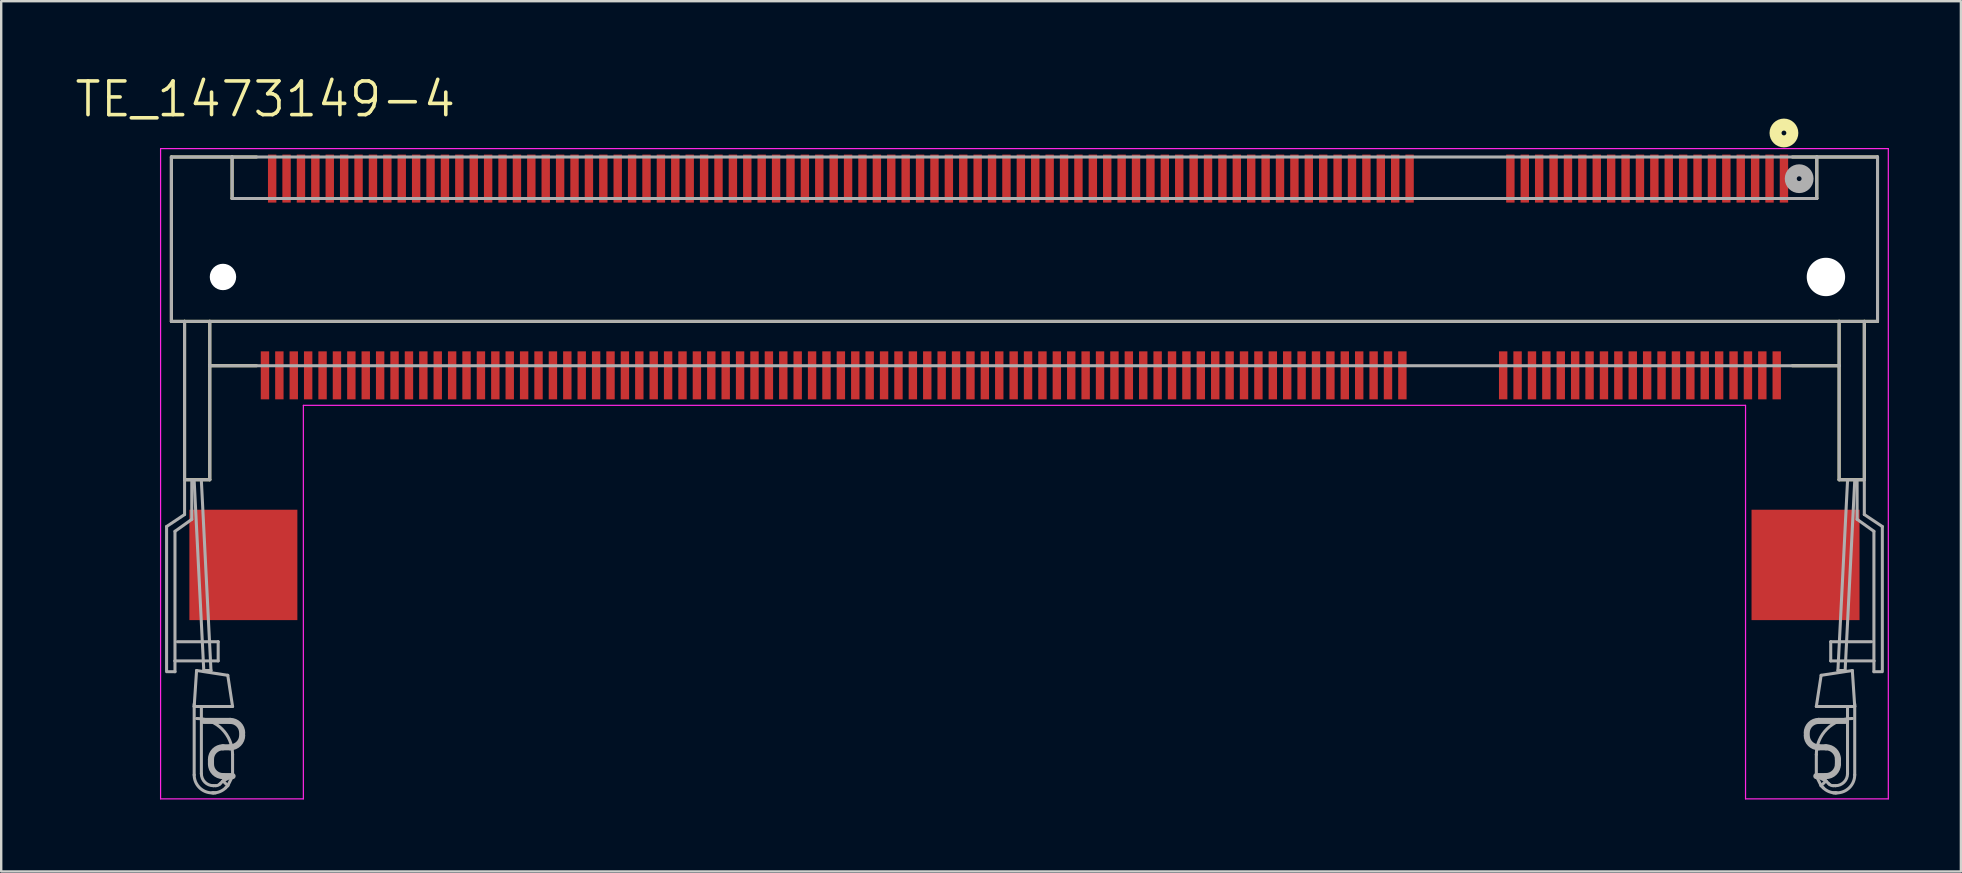
<source format=kicad_pcb>
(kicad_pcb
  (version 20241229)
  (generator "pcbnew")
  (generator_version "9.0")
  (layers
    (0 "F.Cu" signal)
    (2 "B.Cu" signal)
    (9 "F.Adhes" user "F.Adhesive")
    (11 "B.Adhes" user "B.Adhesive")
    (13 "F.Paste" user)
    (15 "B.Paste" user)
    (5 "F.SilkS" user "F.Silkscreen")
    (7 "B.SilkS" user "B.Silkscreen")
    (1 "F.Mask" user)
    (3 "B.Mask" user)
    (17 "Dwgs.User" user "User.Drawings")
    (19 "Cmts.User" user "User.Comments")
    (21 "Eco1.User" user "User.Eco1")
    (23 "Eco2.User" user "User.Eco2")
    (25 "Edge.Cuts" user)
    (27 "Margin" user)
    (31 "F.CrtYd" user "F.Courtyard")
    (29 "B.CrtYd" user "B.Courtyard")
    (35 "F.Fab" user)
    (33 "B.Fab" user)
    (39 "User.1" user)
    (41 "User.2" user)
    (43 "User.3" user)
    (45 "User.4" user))
  (footprint "TE_1473149-4"
    (layer "F.Cu")
    (at 39.642 8.492)
    (property "Reference" "TE_1473149-4" (at -31.637 -7.408 0) (layer "F.SilkS") (effects (font (size 1.404 1.404) (thickness 0.15))))
    (attr smd)
    (fp_line (start -35.55 -5) (end -35.55 1.85) (stroke (width 0.127) (type solid)) (layer "F.SilkS"))
    (fp_line (start -35.55 -5) (end -33.02 -5) (stroke (width 0.127) (type solid)) (layer "F.SilkS"))
    (fp_line (start -35.55 1.85) (end -35 1.85) (stroke (width 0.127) (type solid)) (layer "F.SilkS"))
    (fp_line (start -35 1.85) (end -35 8.45) (stroke (width 0.127) (type solid)) (layer "F.SilkS"))
    (fp_line (start -35 1.85) (end -33.95 1.85) (stroke (width 0.127) (type solid)) (layer "F.SilkS"))
    (fp_line (start -33.95 1.85) (end -33.95 3.7) (stroke (width 0.127) (type solid)) (layer "F.SilkS"))
    (fp_line (start -33.95 1.85) (end 33.95 1.85) (stroke (width 0.127) (type solid)) (layer "F.SilkS"))
    (fp_line (start -33.95 3.7) (end -33.95 8.45) (stroke (width 0.127) (type solid)) (layer "F.SilkS"))
    (fp_line (start -33.95 3.7) (end -32 3.7) (stroke (width 0.127) (type solid)) (layer "F.SilkS"))
    (fp_line (start -33.95 8.45) (end -35 8.45) (stroke (width 0.127) (type solid)) (layer "F.SilkS"))
    (fp_line (start -33.02 -5) (end -33.02 -3.27) (stroke (width 0.127) (type solid)) (layer "F.SilkS"))
    (fp_line (start -33.02 -3.27) (end -32 -3.27) (stroke (width 0.127) (type solid)) (layer "F.SilkS"))
    (fp_line (start -33 -5) (end -32 -5) (stroke (width 0.127) (type solid)) (layer "F.SilkS"))
    (fp_line (start 32 -5) (end 33 -5) (stroke (width 0.127) (type solid)) (layer "F.SilkS"))
    (fp_line (start 32 3.7) (end 33.95 3.7) (stroke (width 0.127) (type solid)) (layer "F.SilkS"))
    (fp_line (start 33.02 -5) (end 33.02 -3.27) (stroke (width 0.127) (type solid)) (layer "F.SilkS"))
    (fp_line (start 33.02 -3.27) (end 32 -3.27) (stroke (width 0.127) (type solid)) (layer "F.SilkS"))
    (fp_line (start 33.95 1.85) (end 33.95 8.45) (stroke (width 0.127) (type solid)) (layer "F.SilkS"))
    (fp_line (start 33.95 1.85) (end 35 1.85) (stroke (width 0.127) (type solid)) (layer "F.SilkS"))
    (fp_line (start 33.95 8.45) (end 35 8.45) (stroke (width 0.127) (type solid)) (layer "F.SilkS"))
    (fp_line (start 35 1.85) (end 35.55 1.85) (stroke (width 0.127) (type solid)) (layer "F.SilkS"))
    (fp_line (start 35 8.45) (end 35 1.85) (stroke (width 0.127) (type solid)) (layer "F.SilkS"))
    (fp_line (start 35.55 -5) (end 33.02 -5) (stroke (width 0.127) (type solid)) (layer "F.SilkS"))
    (fp_line (start 35.55 1.85) (end 35.55 -5) (stroke (width 0.127) (type solid)) (layer "F.SilkS"))
    (fp_circle (center 31.65 -6) (end 31.75 -6) (stroke (width 0.5) (type solid)) (fill no) (layer "F.SilkS"))
    (fp_line (start -36 -5.35) (end 36 -5.35) (stroke (width 0.05) (type solid)) (layer "F.CrtYd"))
    (fp_line (start -36 21.75) (end -36 -5.35) (stroke (width 0.05) (type solid)) (layer "F.CrtYd"))
    (fp_line (start -36 21.75) (end -30.05 21.75) (stroke (width 0.05) (type solid)) (layer "F.CrtYd"))
    (fp_line (start -30.05 5.35) (end 30.05 5.35) (stroke (width 0.05) (type solid)) (layer "F.CrtYd"))
    (fp_line (start -30.05 21.75) (end -30.05 5.35) (stroke (width 0.05) (type solid)) (layer "F.CrtYd"))
    (fp_line (start 30.05 5.35) (end 30.05 21.75) (stroke (width 0.05) (type solid)) (layer "F.CrtYd"))
    (fp_line (start 30.05 21.75) (end 36 21.75) (stroke (width 0.05) (type solid)) (layer "F.CrtYd"))
    (fp_line (start 36 -5.35) (end 36 21.75) (stroke (width 0.05) (type solid)) (layer "F.CrtYd"))
    (fp_line (start -35.75 10.4) (end -35.75 16.45) (stroke (width 0.127) (type solid)) (layer "F.Fab"))
    (fp_line (start -35.7 16.45) (end -35.4 16.45) (stroke (width 0.127) (type solid)) (layer "F.Fab"))
    (fp_line (start -35.55 -5) (end -35.55 1.85) (stroke (width 0.127) (type solid)) (layer "F.Fab"))
    (fp_line (start -35.55 1.85) (end -35 1.85) (stroke (width 0.127) (type solid)) (layer "F.Fab"))
    (fp_line (start -35.4 16) (end -35.4 10.6) (stroke (width 0.127) (type solid)) (layer "F.Fab"))
    (fp_line (start -35.4 16.45) (end -35.4 16) (stroke (width 0.127) (type solid)) (layer "F.Fab"))
    (fp_line (start -35.3 15.2) (end -33.6 15.2) (stroke (width 0.127) (type solid)) (layer "F.Fab"))
    (fp_line (start -35 1.85) (end -35 8.45) (stroke (width 0.127) (type solid)) (layer "F.Fab"))
    (fp_line (start -35 1.85) (end -33.95 1.85) (stroke (width 0.127) (type solid)) (layer "F.Fab"))
    (fp_line (start -35 8.45) (end -35 9.9) (stroke (width 0.127) (type solid)) (layer "F.Fab"))
    (fp_line (start -35 8.45) (end -33.95 8.45) (stroke (width 0.127) (type solid)) (layer "F.Fab"))
    (fp_line (start -35 9.9) (end -35.75 10.4) (stroke (width 0.127) (type solid)) (layer "F.Fab"))
    (fp_line (start -34.7 8.5) (end -34.7 10.1) (stroke (width 0.127) (type solid)) (layer "F.Fab"))
    (fp_line (start -34.7 10.1) (end -35.4 10.6) (stroke (width 0.127) (type solid)) (layer "F.Fab"))
    (fp_line (start -34.6 8.5) (end -34.2 16.4) (stroke (width 0.127) (type solid)) (layer "F.Fab"))
    (fp_line (start -34.6 17.8) (end -34.6 20.75) (stroke (width 0.127) (type solid)) (layer "F.Fab"))
    (fp_line (start -34.6 17.9) (end -34.5 16.4) (stroke (width 0.127) (type solid)) (layer "F.Fab"))
    (fp_line (start -34.5 16.4) (end -33.2 16.6) (stroke (width 0.127) (type solid)) (layer "F.Fab"))
    (fp_line (start -34.3 17.9) (end -34.6 17.9) (stroke (width 0.127) (type solid)) (layer "F.Fab"))
    (fp_line (start -34.3 20.7) (end -34.3 17.9) (stroke (width 0.127) (type solid)) (layer "F.Fab"))
    (fp_line (start -34.2 16.4) (end -33.9 16.4) (stroke (width 0.127) (type solid)) (layer "F.Fab"))
    (fp_line (start -33.95 1.85) (end 33.95 1.85) (stroke (width 0.127) (type solid)) (layer "F.Fab"))
    (fp_line (start -33.95 3.7) (end -33.95 1.85) (stroke (width 0.127) (type solid)) (layer "F.Fab"))
    (fp_line (start -33.95 8.45) (end -33.95 3.7) (stroke (width 0.127) (type solid)) (layer "F.Fab"))
    (fp_line (start -33.9 16.4) (end -34.3 8.5) (stroke (width 0.127) (type solid)) (layer "F.Fab"))
    (fp_line (start -33.9 20.3) (end -33.9 20.1) (stroke (width 0.254) (type solid)) (layer "F.Fab"))
    (fp_line (start -33.85 21.5) (end -33.8 21.5) (stroke (width 0.127) (type solid)) (layer "F.Fab"))
    (fp_line (start -33.8 21.5) (end -33.707 21.5) (stroke (width 0.127) (type solid)) (layer "F.Fab"))
    (fp_line (start -33.707 21.2) (end -33.8 21.2) (stroke (width 0.127) (type solid)) (layer "F.Fab"))
    (fp_line (start -33.6 15.2) (end -33.6 16) (stroke (width 0.127) (type solid)) (layer "F.Fab"))
    (fp_line (start -33.6 16) (end -35.4 16) (stroke (width 0.127) (type solid)) (layer "F.Fab"))
    (fp_line (start -33.529 21.129) (end -33.4 21) (stroke (width 0.127) (type solid)) (layer "F.Fab"))
    (fp_line (start -33.4 19.6) (end -33.1 19.6) (stroke (width 0.254) (type solid)) (layer "F.Fab"))
    (fp_line (start -33.288 21.288) (end -33.2 21.2) (stroke (width 0.127) (type solid)) (layer "F.Fab"))
    (fp_line (start -33.2 16.6) (end -33 17.9) (stroke (width 0.127) (type solid)) (layer "F.Fab"))
    (fp_line (start -33.2 21.2) (end -33.4 21) (stroke (width 0.127) (type solid)) (layer "F.Fab"))
    (fp_line (start -33.2 21.2) (end -33 20.8) (stroke (width 0.127) (type solid)) (layer "F.Fab"))
    (fp_line (start -33.1 18.5) (end -34.2 18.5) (stroke (width 0.254) (type solid)) (layer "F.Fab"))
    (fp_line (start -33.02 -5) (end -35.55 -5) (stroke (width 0.127) (type solid)) (layer "F.Fab"))
    (fp_line (start -33.02 -3.27) (end -33.02 -5) (stroke (width 0.127) (type solid)) (layer "F.Fab"))
    (fp_line (start -33 17.9) (end -34.3 17.9) (stroke (width 0.127) (type solid)) (layer "F.Fab"))
    (fp_line (start -33 20.8) (end -33.4 20.8) (stroke (width 0.254) (type solid)) (layer "F.Fab"))
    (fp_line (start -33 20.8) (end -33.4 21) (stroke (width 0.127) (type solid)) (layer "F.Fab"))
    (fp_line (start -33 20.8) (end -33 19.9) (stroke (width 0.127) (type solid)) (layer "F.Fab"))
    (fp_line (start -32.6 19.1) (end -32.6 19) (stroke (width 0.127) (type solid)) (layer "F.Fab"))
    (fp_line (start 32.6 19.1) (end 32.6 19) (stroke (width 0.127) (type solid)) (layer "F.Fab"))
    (fp_line (start 33 17.9) (end 34.3 17.9) (stroke (width 0.127) (type solid)) (layer "F.Fab"))
    (fp_line (start 33 20.8) (end 33 19.9) (stroke (width 0.127) (type solid)) (layer "F.Fab"))
    (fp_line (start 33 20.8) (end 33.4 20.8) (stroke (width 0.254) (type solid)) (layer "F.Fab"))
    (fp_line (start 33 20.8) (end 33.4 21) (stroke (width 0.127) (type solid)) (layer "F.Fab"))
    (fp_line (start 33.02 -5) (end -33.02 -5) (stroke (width 0.127) (type solid)) (layer "F.Fab"))
    (fp_line (start 33.02 -5) (end 33.02 -3.27) (stroke (width 0.127) (type solid)) (layer "F.Fab"))
    (fp_line (start 33.02 -3.27) (end -33.02 -3.27) (stroke (width 0.127) (type solid)) (layer "F.Fab"))
    (fp_line (start 33.1 18.5) (end 34.2 18.5) (stroke (width 0.254) (type solid)) (layer "F.Fab"))
    (fp_line (start 33.2 16.6) (end 33 17.9) (stroke (width 0.127) (type solid)) (layer "F.Fab"))
    (fp_line (start 33.2 21.2) (end 33 20.8) (stroke (width 0.127) (type solid)) (layer "F.Fab"))
    (fp_line (start 33.2 21.2) (end 33.4 21) (stroke (width 0.127) (type solid)) (layer "F.Fab"))
    (fp_line (start 33.288 21.288) (end 33.2 21.2) (stroke (width 0.127) (type solid)) (layer "F.Fab"))
    (fp_line (start 33.4 19.6) (end 33.1 19.6) (stroke (width 0.254) (type solid)) (layer "F.Fab"))
    (fp_line (start 33.529 21.129) (end 33.4 21) (stroke (width 0.127) (type solid)) (layer "F.Fab"))
    (fp_line (start 33.6 15.2) (end 33.6 16) (stroke (width 0.127) (type solid)) (layer "F.Fab"))
    (fp_line (start 33.6 16) (end 35.4 16) (stroke (width 0.127) (type solid)) (layer "F.Fab"))
    (fp_line (start 33.707 21.2) (end 33.8 21.2) (stroke (width 0.127) (type solid)) (layer "F.Fab"))
    (fp_line (start 33.8 21.5) (end 33.707 21.5) (stroke (width 0.127) (type solid)) (layer "F.Fab"))
    (fp_line (start 33.85 21.5) (end 33.8 21.5) (stroke (width 0.127) (type solid)) (layer "F.Fab"))
    (fp_line (start 33.9 16.4) (end 34.3 8.5) (stroke (width 0.127) (type solid)) (layer "F.Fab"))
    (fp_line (start 33.9 20.3) (end 33.9 20.1) (stroke (width 0.254) (type solid)) (layer "F.Fab"))
    (fp_line (start 33.95 1.85) (end 33.95 3.7) (stroke (width 0.127) (type solid)) (layer "F.Fab"))
    (fp_line (start 33.95 1.85) (end 35.55 1.85) (stroke (width 0.127) (type solid)) (layer "F.Fab"))
    (fp_line (start 33.95 3.7) (end -33.95 3.7) (stroke (width 0.127) (type solid)) (layer "F.Fab"))
    (fp_line (start 33.95 8.45) (end 33.95 3.7) (stroke (width 0.127) (type solid)) (layer "F.Fab"))
    (fp_line (start 34.2 16.4) (end 33.9 16.4) (stroke (width 0.127) (type solid)) (layer "F.Fab"))
    (fp_line (start 34.3 17.9) (end 34.6 17.9) (stroke (width 0.127) (type solid)) (layer "F.Fab"))
    (fp_line (start 34.3 20.7) (end 34.3 17.9) (stroke (width 0.127) (type solid)) (layer "F.Fab"))
    (fp_line (start 34.5 16.4) (end 33.2 16.6) (stroke (width 0.127) (type solid)) (layer "F.Fab"))
    (fp_line (start 34.6 8.5) (end 34.2 16.4) (stroke (width 0.127) (type solid)) (layer "F.Fab"))
    (fp_line (start 34.6 17.8) (end 34.6 20.75) (stroke (width 0.127) (type solid)) (layer "F.Fab"))
    (fp_line (start 34.6 17.9) (end 34.5 16.4) (stroke (width 0.127) (type solid)) (layer "F.Fab"))
    (fp_line (start 34.7 8.5) (end 34.7 10.1) (stroke (width 0.127) (type solid)) (layer "F.Fab"))
    (fp_line (start 34.7 10.1) (end 35.4 10.6) (stroke (width 0.127) (type solid)) (layer "F.Fab"))
    (fp_line (start 35 1.85) (end 35 8.45) (stroke (width 0.127) (type solid)) (layer "F.Fab"))
    (fp_line (start 35 8.45) (end 33.95 8.45) (stroke (width 0.127) (type solid)) (layer "F.Fab"))
    (fp_line (start 35 8.45) (end 35 9.9) (stroke (width 0.127) (type solid)) (layer "F.Fab"))
    (fp_line (start 35 9.9) (end 35.75 10.4) (stroke (width 0.127) (type solid)) (layer "F.Fab"))
    (fp_line (start 35.3 15.2) (end 33.6 15.2) (stroke (width 0.127) (type solid)) (layer "F.Fab"))
    (fp_line (start 35.4 16) (end 35.4 10.6) (stroke (width 0.127) (type solid)) (layer "F.Fab"))
    (fp_line (start 35.4 16.45) (end 35.4 16) (stroke (width 0.127) (type solid)) (layer "F.Fab"))
    (fp_line (start 35.55 -5) (end 33.02 -5) (stroke (width 0.127) (type solid)) (layer "F.Fab"))
    (fp_line (start 35.55 1.85) (end 35.55 -5) (stroke (width 0.127) (type solid)) (layer "F.Fab"))
    (fp_line (start 35.7 16.45) (end 35.4 16.45) (stroke (width 0.127) (type solid)) (layer "F.Fab"))
    (fp_line (start 35.75 10.4) (end 35.75 16.45) (stroke (width 0.127) (type solid)) (layer "F.Fab"))
    (fp_arc (start -34.5 18.4) (mid -33.43934 18.83934) (end -33 19.9) (stroke (width 0.127) (type solid)) (layer "F.Fab"))
    (fp_arc (start -33.9 20.1) (mid -33.753553 19.746447) (end -33.4 19.6) (stroke (width 0.254) (type solid)) (layer "F.Fab"))
    (fp_arc (start -33.85 21.5) (mid -34.38033 21.28033) (end -34.6 20.75) (stroke (width 0.127) (type solid)) (layer "F.Fab"))
    (fp_arc (start -33.8 21.2) (mid -34.153553 21.053553) (end -34.3 20.7) (stroke (width 0.127) (type solid)) (layer "F.Fab"))
    (fp_arc (start -33.5293 21.1293) (mid -33.607619 21.181627) (end -33.7 21.2) (stroke (width 0.127) (type solid)) (layer "F.Fab"))
    (fp_arc (start -33.4 20.8) (mid -33.753553 20.653553) (end -33.9 20.3) (stroke (width 0.254) (type solid)) (layer "F.Fab"))
    (fp_arc (start -33.2879 21.2879) (mid -33.522855 21.444881) (end -33.8 21.5) (stroke (width 0.127) (type solid)) (layer "F.Fab"))
    (fp_arc (start -33.1 18.5) (mid -32.746447 18.646447) (end -32.6 19) (stroke (width 0.254) (type solid)) (layer "F.Fab"))
    (fp_arc (start -32.6 19.1) (mid -32.746447 19.453553) (end -33.1 19.6) (stroke (width 0.254) (type solid)) (layer "F.Fab"))
    (fp_arc (start 32.6 19) (mid 32.746447 18.646447) (end 33.1 18.5) (stroke (width 0.254) (type solid)) (layer "F.Fab"))
    (fp_arc (start 33 19.9) (mid 33.43934 18.83934) (end 34.5 18.4) (stroke (width 0.127) (type solid)) (layer "F.Fab"))
    (fp_arc (start 33.1 19.6) (mid 32.746447 19.453553) (end 32.6 19.1) (stroke (width 0.254) (type solid)) (layer "F.Fab"))
    (fp_arc (start 33.4 19.6) (mid 33.753553 19.746447) (end 33.9 20.1) (stroke (width 0.254) (type solid)) (layer "F.Fab"))
    (fp_arc (start 33.7 21.2) (mid 33.607619 21.181627) (end 33.5293 21.1293) (stroke (width 0.127) (type solid)) (layer "F.Fab"))
    (fp_arc (start 33.8 21.5) (mid 33.522856 21.444881) (end 33.2879 21.2879) (stroke (width 0.127) (type solid)) (layer "F.Fab"))
    (fp_arc (start 33.9 20.3) (mid 33.753553 20.653553) (end 33.4 20.8) (stroke (width 0.254) (type solid)) (layer "F.Fab"))
    (fp_arc (start 34.3 20.7) (mid 34.153553 21.053553) (end 33.8 21.2) (stroke (width 0.127) (type solid)) (layer "F.Fab"))
    (fp_arc (start 34.6 20.75) (mid 34.38033 21.28033) (end 33.85 21.5) (stroke (width 0.127) (type solid)) (layer "F.Fab"))
    (fp_circle (center 32.285 -4.095) (end 32.385 -4.095) (stroke (width 0.5) (type solid)) (fill no) (layer "F.Fab"))
    (pad "" np_thru_hole circle (at -33.4 0) (size 1.1 1.1) (drill 1.1) (layers "*.Cu" "*.Mask"))
    (pad "" np_thru_hole circle (at 33.4 0) (size 1.6 1.6) (drill 1.6) (layers "*.Cu" "*.Mask"))
    (pad "1" smd rect (at 31.65 -4.1 90) (size 2 0.35) (layers "F.Cu" "F.Mask" "F.Paste"))
    (pad "2" smd rect (at 31.35 4.1 90) (size 2 0.35) (layers "F.Cu" "F.Mask" "F.Paste"))
    (pad "3" smd rect (at 31.05 -4.1 90) (size 2 0.35) (layers "F.Cu" "F.Mask" "F.Paste"))
    (pad "4" smd rect (at 30.75 4.1 90) (size 2 0.35) (layers "F.Cu" "F.Mask" "F.Paste"))
    (pad "5" smd rect (at 30.45 -4.1 90) (size 2 0.35) (layers "F.Cu" "F.Mask" "F.Paste"))
    (pad "6" smd rect (at 30.15 4.1 90) (size 2 0.35) (layers "F.Cu" "F.Mask" "F.Paste"))
    (pad "7" smd rect (at 29.85 -4.1 90) (size 2 0.35) (layers "F.Cu" "F.Mask" "F.Paste"))
    (pad "8" smd rect (at 29.55 4.1 90) (size 2 0.35) (layers "F.Cu" "F.Mask" "F.Paste"))
    (pad "9" smd rect (at 29.25 -4.1 90) (size 2 0.35) (layers "F.Cu" "F.Mask" "F.Paste"))
    (pad "10" smd rect (at 28.95 4.1 90) (size 2 0.35) (layers "F.Cu" "F.Mask" "F.Paste"))
    (pad "11" smd rect (at 28.65 -4.1 90) (size 2 0.35) (layers "F.Cu" "F.Mask" "F.Paste"))
    (pad "12" smd rect (at 28.35 4.1 90) (size 2 0.35) (layers "F.Cu" "F.Mask" "F.Paste"))
    (pad "13" smd rect (at 28.05 -4.1 90) (size 2 0.35) (layers "F.Cu" "F.Mask" "F.Paste"))
    (pad "14" smd rect (at 27.75 4.1 90) (size 2 0.35) (layers "F.Cu" "F.Mask" "F.Paste"))
    (pad "15" smd rect (at 27.45 -4.1 90) (size 2 0.35) (layers "F.Cu" "F.Mask" "F.Paste"))
    (pad "16" smd rect (at 27.15 4.1 90) (size 2 0.35) (layers "F.Cu" "F.Mask" "F.Paste"))
    (pad "17" smd rect (at 26.85 -4.1 90) (size 2 0.35) (layers "F.Cu" "F.Mask" "F.Paste"))
    (pad "18" smd rect (at 26.55 4.1 90) (size 2 0.35) (layers "F.Cu" "F.Mask" "F.Paste"))
    (pad "19" smd rect (at 26.25 -4.1 90) (size 2 0.35) (layers "F.Cu" "F.Mask" "F.Paste"))
    (pad "20" smd rect (at 25.95 4.1 90) (size 2 0.35) (layers "F.Cu" "F.Mask" "F.Paste"))
    (pad "21" smd rect (at 25.65 -4.1 90) (size 2 0.35) (layers "F.Cu" "F.Mask" "F.Paste"))
    (pad "22" smd rect (at 25.35 4.1 90) (size 2 0.35) (layers "F.Cu" "F.Mask" "F.Paste"))
    (pad "23" smd rect (at 25.05 -4.1 90) (size 2 0.35) (layers "F.Cu" "F.Mask" "F.Paste"))
    (pad "24" smd rect (at 24.75 4.1 90) (size 2 0.35) (layers "F.Cu" "F.Mask" "F.Paste"))
    (pad "25" smd rect (at 24.45 -4.1 90) (size 2 0.35) (layers "F.Cu" "F.Mask" "F.Paste"))
    (pad "26" smd rect (at 24.15 4.1 90) (size 2 0.35) (layers "F.Cu" "F.Mask" "F.Paste"))
    (pad "27" smd rect (at 23.85 -4.1 90) (size 2 0.35) (layers "F.Cu" "F.Mask" "F.Paste"))
    (pad "28" smd rect (at 23.55 4.1 90) (size 2 0.35) (layers "F.Cu" "F.Mask" "F.Paste"))
    (pad "29" smd rect (at 23.25 -4.1 90) (size 2 0.35) (layers "F.Cu" "F.Mask" "F.Paste"))
    (pad "30" smd rect (at 22.95 4.1 90) (size 2 0.35) (layers "F.Cu" "F.Mask" "F.Paste"))
    (pad "31" smd rect (at 22.65 -4.1 90) (size 2 0.35) (layers "F.Cu" "F.Mask" "F.Paste"))
    (pad "32" smd rect (at 22.35 4.1 90) (size 2 0.35) (layers "F.Cu" "F.Mask" "F.Paste"))
    (pad "33" smd rect (at 22.05 -4.1 90) (size 2 0.35) (layers "F.Cu" "F.Mask" "F.Paste"))
    (pad "34" smd rect (at 21.75 4.1 90) (size 2 0.35) (layers "F.Cu" "F.Mask" "F.Paste"))
    (pad "35" smd rect (at 21.45 -4.1 90) (size 2 0.35) (layers "F.Cu" "F.Mask" "F.Paste"))
    (pad "36" smd rect (at 21.15 4.1 90) (size 2 0.35) (layers "F.Cu" "F.Mask" "F.Paste"))
    (pad "37" smd rect (at 20.85 -4.1 90) (size 2 0.35) (layers "F.Cu" "F.Mask" "F.Paste"))
    (pad "38" smd rect (at 20.55 4.1 90) (size 2 0.35) (layers "F.Cu" "F.Mask" "F.Paste"))
    (pad "39" smd rect (at 20.25 -4.1 90) (size 2 0.35) (layers "F.Cu" "F.Mask" "F.Paste"))
    (pad "40" smd rect (at 19.95 4.1 90) (size 2 0.35) (layers "F.Cu" "F.Mask" "F.Paste"))
    (pad "41" smd rect (at 16.05 -4.1 90) (size 2 0.35) (layers "F.Cu" "F.Mask" "F.Paste"))
    (pad "42" smd rect (at 15.75 4.1 90) (size 2 0.35) (layers "F.Cu" "F.Mask" "F.Paste"))
    (pad "43" smd rect (at 15.45 -4.1 90) (size 2 0.35) (layers "F.Cu" "F.Mask" "F.Paste"))
    (pad "44" smd rect (at 15.15 4.1 90) (size 2 0.35) (layers "F.Cu" "F.Mask" "F.Paste"))
    (pad "45" smd rect (at 14.85 -4.1 90) (size 2 0.35) (layers "F.Cu" "F.Mask" "F.Paste"))
    (pad "46" smd rect (at 14.55 4.1 90) (size 2 0.35) (layers "F.Cu" "F.Mask" "F.Paste"))
    (pad "47" smd rect (at 14.25 -4.1 90) (size 2 0.35) (layers "F.Cu" "F.Mask" "F.Paste"))
    (pad "48" smd rect (at 13.95 4.1 90) (size 2 0.35) (layers "F.Cu" "F.Mask" "F.Paste"))
    (pad "49" smd rect (at 13.65 -4.1 90) (size 2 0.35) (layers "F.Cu" "F.Mask" "F.Paste"))
    (pad "50" smd rect (at 13.35 4.1 90) (size 2 0.35) (layers "F.Cu" "F.Mask" "F.Paste"))
    (pad "51" smd rect (at 13.05 -4.1 90) (size 2 0.35) (layers "F.Cu" "F.Mask" "F.Paste"))
    (pad "52" smd rect (at 12.75 4.1 90) (size 2 0.35) (layers "F.Cu" "F.Mask" "F.Paste"))
    (pad "53" smd rect (at 12.45 -4.1 90) (size 2 0.35) (layers "F.Cu" "F.Mask" "F.Paste"))
    (pad "54" smd rect (at 12.15 4.1 90) (size 2 0.35) (layers "F.Cu" "F.Mask" "F.Paste"))
    (pad "55" smd rect (at 11.85 -4.1 90) (size 2 0.35) (layers "F.Cu" "F.Mask" "F.Paste"))
    (pad "56" smd rect (at 11.55 4.1 90) (size 2 0.35) (layers "F.Cu" "F.Mask" "F.Paste"))
    (pad "57" smd rect (at 11.25 -4.1 90) (size 2 0.35) (layers "F.Cu" "F.Mask" "F.Paste"))
    (pad "58" smd rect (at 10.95 4.1 90) (size 2 0.35) (layers "F.Cu" "F.Mask" "F.Paste"))
    (pad "59" smd rect (at 10.65 -4.1 90) (size 2 0.35) (layers "F.Cu" "F.Mask" "F.Paste"))
    (pad "60" smd rect (at 10.35 4.1 90) (size 2 0.35) (layers "F.Cu" "F.Mask" "F.Paste"))
    (pad "61" smd rect (at 10.05 -4.1 90) (size 2 0.35) (layers "F.Cu" "F.Mask" "F.Paste"))
    (pad "62" smd rect (at 9.75 4.1 90) (size 2 0.35) (layers "F.Cu" "F.Mask" "F.Paste"))
    (pad "63" smd rect (at 9.45 -4.1 90) (size 2 0.35) (layers "F.Cu" "F.Mask" "F.Paste"))
    (pad "64" smd rect (at 9.15 4.1 90) (size 2 0.35) (layers "F.Cu" "F.Mask" "F.Paste"))
    (pad "65" smd rect (at 8.85 -4.1 90) (size 2 0.35) (layers "F.Cu" "F.Mask" "F.Paste"))
    (pad "66" smd rect (at 8.55 4.1 90) (size 2 0.35) (layers "F.Cu" "F.Mask" "F.Paste"))
    (pad "67" smd rect (at 8.25 -4.1 90) (size 2 0.35) (layers "F.Cu" "F.Mask" "F.Paste"))
    (pad "68" smd rect (at 7.95 4.1 90) (size 2 0.35) (layers "F.Cu" "F.Mask" "F.Paste"))
    (pad "69" smd rect (at 7.65 -4.1 90) (size 2 0.35) (layers "F.Cu" "F.Mask" "F.Paste"))
    (pad "70" smd rect (at 7.35 4.1 90) (size 2 0.35) (layers "F.Cu" "F.Mask" "F.Paste"))
    (pad "71" smd rect (at 7.05 -4.1 90) (size 2 0.35) (layers "F.Cu" "F.Mask" "F.Paste"))
    (pad "72" smd rect (at 6.75 4.1 90) (size 2 0.35) (layers "F.Cu" "F.Mask" "F.Paste"))
    (pad "73" smd rect (at 6.45 -4.1 90) (size 2 0.35) (layers "F.Cu" "F.Mask" "F.Paste"))
    (pad "74" smd rect (at 6.15 4.1 90) (size 2 0.35) (layers "F.Cu" "F.Mask" "F.Paste"))
    (pad "75" smd rect (at 5.85 -4.1 90) (size 2 0.35) (layers "F.Cu" "F.Mask" "F.Paste"))
    (pad "76" smd rect (at 5.55 4.1 90) (size 2 0.35) (layers "F.Cu" "F.Mask" "F.Paste"))
    (pad "77" smd rect (at 5.25 -4.1 90) (size 2 0.35) (layers "F.Cu" "F.Mask" "F.Paste"))
    (pad "78" smd rect (at 4.95 4.1 90) (size 2 0.35) (layers "F.Cu" "F.Mask" "F.Paste"))
    (pad "79" smd rect (at 4.65 -4.1 90) (size 2 0.35) (layers "F.Cu" "F.Mask" "F.Paste"))
    (pad "80" smd rect (at 4.35 4.1 90) (size 2 0.35) (layers "F.Cu" "F.Mask" "F.Paste"))
    (pad "81" smd rect (at 4.05 -4.1 90) (size 2 0.35) (layers "F.Cu" "F.Mask" "F.Paste"))
    (pad "82" smd rect (at 3.75 4.1 90) (size 2 0.35) (layers "F.Cu" "F.Mask" "F.Paste"))
    (pad "83" smd rect (at 3.45 -4.1 90) (size 2 0.35) (layers "F.Cu" "F.Mask" "F.Paste"))
    (pad "84" smd rect (at 3.15 4.1 90) (size 2 0.35) (layers "F.Cu" "F.Mask" "F.Paste"))
    (pad "85" smd rect (at 2.85 -4.1 90) (size 2 0.35) (layers "F.Cu" "F.Mask" "F.Paste"))
    (pad "86" smd rect (at 2.55 4.1 90) (size 2 0.35) (layers "F.Cu" "F.Mask" "F.Paste"))
    (pad "87" smd rect (at 2.25 -4.1 90) (size 2 0.35) (layers "F.Cu" "F.Mask" "F.Paste"))
    (pad "88" smd rect (at 1.95 4.1 90) (size 2 0.35) (layers "F.Cu" "F.Mask" "F.Paste"))
    (pad "89" smd rect (at 1.65 -4.1 90) (size 2 0.35) (layers "F.Cu" "F.Mask" "F.Paste"))
    (pad "90" smd rect (at 1.35 4.1 90) (size 2 0.35) (layers "F.Cu" "F.Mask" "F.Paste"))
    (pad "91" smd rect (at 1.05 -4.1 90) (size 2 0.35) (layers "F.Cu" "F.Mask" "F.Paste"))
    (pad "92" smd rect (at 0.75 4.1 90) (size 2 0.35) (layers "F.Cu" "F.Mask" "F.Paste"))
    (pad "93" smd rect (at 0.45 -4.1 90) (size 2 0.35) (layers "F.Cu" "F.Mask" "F.Paste"))
    (pad "94" smd rect (at 0.15 4.1 90) (size 2 0.35) (layers "F.Cu" "F.Mask" "F.Paste"))
    (pad "95" smd rect (at -0.15 -4.1 90) (size 2 0.35) (layers "F.Cu" "F.Mask" "F.Paste"))
    (pad "96" smd rect (at -0.45 4.1 90) (size 2 0.35) (layers "F.Cu" "F.Mask" "F.Paste"))
    (pad "97" smd rect (at -0.75 -4.1 90) (size 2 0.35) (layers "F.Cu" "F.Mask" "F.Paste"))
    (pad "98" smd rect (at -1.05 4.1 90) (size 2 0.35) (layers "F.Cu" "F.Mask" "F.Paste"))
    (pad "99" smd rect (at -1.35 -4.1 90) (size 2 0.35) (layers "F.Cu" "F.Mask" "F.Paste"))
    (pad "100" smd rect (at -1.65 4.1 90) (size 2 0.35) (layers "F.Cu" "F.Mask" "F.Paste"))
    (pad "101" smd rect (at -1.95 -4.1 90) (size 2 0.35) (layers "F.Cu" "F.Mask" "F.Paste"))
    (pad "102" smd rect (at -2.25 4.1 90) (size 2 0.35) (layers "F.Cu" "F.Mask" "F.Paste"))
    (pad "103" smd rect (at -2.55 -4.1 90) (size 2 0.35) (layers "F.Cu" "F.Mask" "F.Paste"))
    (pad "104" smd rect (at -2.85 4.1 90) (size 2 0.35) (layers "F.Cu" "F.Mask" "F.Paste"))
    (pad "105" smd rect (at -3.15 -4.1 90) (size 2 0.35) (layers "F.Cu" "F.Mask" "F.Paste"))
    (pad "106" smd rect (at -3.45 4.1 90) (size 2 0.35) (layers "F.Cu" "F.Mask" "F.Paste"))
    (pad "107" smd rect (at -3.75 -4.1 90) (size 2 0.35) (layers "F.Cu" "F.Mask" "F.Paste"))
    (pad "108" smd rect (at -4.05 4.1 90) (size 2 0.35) (layers "F.Cu" "F.Mask" "F.Paste"))
    (pad "109" smd rect (at -4.35 -4.1 90) (size 2 0.35) (layers "F.Cu" "F.Mask" "F.Paste"))
    (pad "110" smd rect (at -4.65 4.1 90) (size 2 0.35) (layers "F.Cu" "F.Mask" "F.Paste"))
    (pad "111" smd rect (at -4.95 -4.1 90) (size 2 0.35) (layers "F.Cu" "F.Mask" "F.Paste"))
    (pad "112" smd rect (at -5.25 4.1 90) (size 2 0.35) (layers "F.Cu" "F.Mask" "F.Paste"))
    (pad "113" smd rect (at -5.55 -4.1 90) (size 2 0.35) (layers "F.Cu" "F.Mask" "F.Paste"))
    (pad "114" smd rect (at -5.85 4.1 90) (size 2 0.35) (layers "F.Cu" "F.Mask" "F.Paste"))
    (pad "115" smd rect (at -6.15 -4.1 90) (size 2 0.35) (layers "F.Cu" "F.Mask" "F.Paste"))
    (pad "116" smd rect (at -6.45 4.1 90) (size 2 0.35) (layers "F.Cu" "F.Mask" "F.Paste"))
    (pad "117" smd rect (at -6.75 -4.1 90) (size 2 0.35) (layers "F.Cu" "F.Mask" "F.Paste"))
    (pad "118" smd rect (at -7.05 4.1 90) (size 2 0.35) (layers "F.Cu" "F.Mask" "F.Paste"))
    (pad "119" smd rect (at -7.35 -4.1 90) (size 2 0.35) (layers "F.Cu" "F.Mask" "F.Paste"))
    (pad "120" smd rect (at -7.65 4.1 90) (size 2 0.35) (layers "F.Cu" "F.Mask" "F.Paste"))
    (pad "121" smd rect (at -7.95 -4.1 90) (size 2 0.35) (layers "F.Cu" "F.Mask" "F.Paste"))
    (pad "122" smd rect (at -8.25 4.1 90) (size 2 0.35) (layers "F.Cu" "F.Mask" "F.Paste"))
    (pad "123" smd rect (at -8.55 -4.1 90) (size 2 0.35) (layers "F.Cu" "F.Mask" "F.Paste"))
    (pad "124" smd rect (at -8.85 4.1 90) (size 2 0.35) (layers "F.Cu" "F.Mask" "F.Paste"))
    (pad "125" smd rect (at -9.15 -4.1 90) (size 2 0.35) (layers "F.Cu" "F.Mask" "F.Paste"))
    (pad "126" smd rect (at -9.45 4.1 90) (size 2 0.35) (layers "F.Cu" "F.Mask" "F.Paste"))
    (pad "127" smd rect (at -9.75 -4.1 90) (size 2 0.35) (layers "F.Cu" "F.Mask" "F.Paste"))
    (pad "128" smd rect (at -10.05 4.1 90) (size 2 0.35) (layers "F.Cu" "F.Mask" "F.Paste"))
    (pad "129" smd rect (at -10.35 -4.1 90) (size 2 0.35) (layers "F.Cu" "F.Mask" "F.Paste"))
    (pad "130" smd rect (at -10.65 4.1 90) (size 2 0.35) (layers "F.Cu" "F.Mask" "F.Paste"))
    (pad "131" smd rect (at -10.95 -4.1 90) (size 2 0.35) (layers "F.Cu" "F.Mask" "F.Paste"))
    (pad "132" smd rect (at -11.25 4.1 90) (size 2 0.35) (layers "F.Cu" "F.Mask" "F.Paste"))
    (pad "133" smd rect (at -11.55 -4.1 90) (size 2 0.35) (layers "F.Cu" "F.Mask" "F.Paste"))
    (pad "134" smd rect (at -11.85 4.1 90) (size 2 0.35) (layers "F.Cu" "F.Mask" "F.Paste"))
    (pad "135" smd rect (at -12.15 -4.1 90) (size 2 0.35) (layers "F.Cu" "F.Mask" "F.Paste"))
    (pad "136" smd rect (at -12.45 4.1 90) (size 2 0.35) (layers "F.Cu" "F.Mask" "F.Paste"))
    (pad "137" smd rect (at -12.75 -4.1 90) (size 2 0.35) (layers "F.Cu" "F.Mask" "F.Paste"))
    (pad "138" smd rect (at -13.05 4.1 90) (size 2 0.35) (layers "F.Cu" "F.Mask" "F.Paste"))
    (pad "139" smd rect (at -13.35 -4.1 90) (size 2 0.35) (layers "F.Cu" "F.Mask" "F.Paste"))
    (pad "140" smd rect (at -13.65 4.1 90) (size 2 0.35) (layers "F.Cu" "F.Mask" "F.Paste"))
    (pad "141" smd rect (at -13.95 -4.1 90) (size 2 0.35) (layers "F.Cu" "F.Mask" "F.Paste"))
    (pad "142" smd rect (at -14.25 4.1 90) (size 2 0.35) (layers "F.Cu" "F.Mask" "F.Paste"))
    (pad "143" smd rect (at -14.55 -4.1 90) (size 2 0.35) (layers "F.Cu" "F.Mask" "F.Paste"))
    (pad "144" smd rect (at -14.85 4.1 90) (size 2 0.35) (layers "F.Cu" "F.Mask" "F.Paste"))
    (pad "145" smd rect (at -15.15 -4.1 90) (size 2 0.35) (layers "F.Cu" "F.Mask" "F.Paste"))
    (pad "146" smd rect (at -15.45 4.1 90) (size 2 0.35) (layers "F.Cu" "F.Mask" "F.Paste"))
    (pad "147" smd rect (at -15.75 -4.1 90) (size 2 0.35) (layers "F.Cu" "F.Mask" "F.Paste"))
    (pad "148" smd rect (at -16.05 4.1 90) (size 2 0.35) (layers "F.Cu" "F.Mask" "F.Paste"))
    (pad "149" smd rect (at -16.35 -4.1 90) (size 2 0.35) (layers "F.Cu" "F.Mask" "F.Paste"))
    (pad "150" smd rect (at -16.65 4.1 90) (size 2 0.35) (layers "F.Cu" "F.Mask" "F.Paste"))
    (pad "151" smd rect (at -16.95 -4.1 90) (size 2 0.35) (layers "F.Cu" "F.Mask" "F.Paste"))
    (pad "152" smd rect (at -17.25 4.1 90) (size 2 0.35) (layers "F.Cu" "F.Mask" "F.Paste"))
    (pad "153" smd rect (at -17.55 -4.1 90) (size 2 0.35) (layers "F.Cu" "F.Mask" "F.Paste"))
    (pad "154" smd rect (at -17.85 4.1 90) (size 2 0.35) (layers "F.Cu" "F.Mask" "F.Paste"))
    (pad "155" smd rect (at -18.15 -4.1 90) (size 2 0.35) (layers "F.Cu" "F.Mask" "F.Paste"))
    (pad "156" smd rect (at -18.45 4.1 90) (size 2 0.35) (layers "F.Cu" "F.Mask" "F.Paste"))
    (pad "157" smd rect (at -18.75 -4.1 90) (size 2 0.35) (layers "F.Cu" "F.Mask" "F.Paste"))
    (pad "158" smd rect (at -19.05 4.1 90) (size 2 0.35) (layers "F.Cu" "F.Mask" "F.Paste"))
    (pad "159" smd rect (at -19.35 -4.1 90) (size 2 0.35) (layers "F.Cu" "F.Mask" "F.Paste"))
    (pad "160" smd rect (at -19.65 4.1 90) (size 2 0.35) (layers "F.Cu" "F.Mask" "F.Paste"))
    (pad "161" smd rect (at -19.95 -4.1 90) (size 2 0.35) (layers "F.Cu" "F.Mask" "F.Paste"))
    (pad "162" smd rect (at -20.25 4.1 90) (size 2 0.35) (layers "F.Cu" "F.Mask" "F.Paste"))
    (pad "163" smd rect (at -20.55 -4.1 90) (size 2 0.35) (layers "F.Cu" "F.Mask" "F.Paste"))
    (pad "164" smd rect (at -20.85 4.1 90) (size 2 0.35) (layers "F.Cu" "F.Mask" "F.Paste"))
    (pad "165" smd rect (at -21.15 -4.1 90) (size 2 0.35) (layers "F.Cu" "F.Mask" "F.Paste"))
    (pad "166" smd rect (at -21.45 4.1 90) (size 2 0.35) (layers "F.Cu" "F.Mask" "F.Paste"))
    (pad "167" smd rect (at -21.75 -4.1 90) (size 2 0.35) (layers "F.Cu" "F.Mask" "F.Paste"))
    (pad "168" smd rect (at -22.05 4.1 90) (size 2 0.35) (layers "F.Cu" "F.Mask" "F.Paste"))
    (pad "169" smd rect (at -22.35 -4.1 90) (size 2 0.35) (layers "F.Cu" "F.Mask" "F.Paste"))
    (pad "170" smd rect (at -22.65 4.1 90) (size 2 0.35) (layers "F.Cu" "F.Mask" "F.Paste"))
    (pad "171" smd rect (at -22.95 -4.1 90) (size 2 0.35) (layers "F.Cu" "F.Mask" "F.Paste"))
    (pad "172" smd rect (at -23.25 4.1 90) (size 2 0.35) (layers "F.Cu" "F.Mask" "F.Paste"))
    (pad "173" smd rect (at -23.55 -4.1 90) (size 2 0.35) (layers "F.Cu" "F.Mask" "F.Paste"))
    (pad "174" smd rect (at -23.85 4.1 90) (size 2 0.35) (layers "F.Cu" "F.Mask" "F.Paste"))
    (pad "175" smd rect (at -24.15 -4.1 90) (size 2 0.35) (layers "F.Cu" "F.Mask" "F.Paste"))
    (pad "176" smd rect (at -24.45 4.1 90) (size 2 0.35) (layers "F.Cu" "F.Mask" "F.Paste"))
    (pad "177" smd rect (at -24.75 -4.1 90) (size 2 0.35) (layers "F.Cu" "F.Mask" "F.Paste"))
    (pad "178" smd rect (at -25.05 4.1 90) (size 2 0.35) (layers "F.Cu" "F.Mask" "F.Paste"))
    (pad "179" smd rect (at -25.35 -4.1 90) (size 2 0.35) (layers "F.Cu" "F.Mask" "F.Paste"))
    (pad "180" smd rect (at -25.65 4.1 90) (size 2 0.35) (layers "F.Cu" "F.Mask" "F.Paste"))
    (pad "181" smd rect (at -25.95 -4.1 90) (size 2 0.35) (layers "F.Cu" "F.Mask" "F.Paste"))
    (pad "182" smd rect (at -26.25 4.1 90) (size 2 0.35) (layers "F.Cu" "F.Mask" "F.Paste"))
    (pad "183" smd rect (at -26.55 -4.1 90) (size 2 0.35) (layers "F.Cu" "F.Mask" "F.Paste"))
    (pad "184" smd rect (at -26.85 4.1 90) (size 2 0.35) (layers "F.Cu" "F.Mask" "F.Paste"))
    (pad "185" smd rect (at -27.15 -4.1 90) (size 2 0.35) (layers "F.Cu" "F.Mask" "F.Paste"))
    (pad "186" smd rect (at -27.45 4.1 90) (size 2 0.35) (layers "F.Cu" "F.Mask" "F.Paste"))
    (pad "187" smd rect (at -27.75 -4.1 90) (size 2 0.35) (layers "F.Cu" "F.Mask" "F.Paste"))
    (pad "188" smd rect (at -28.05 4.1 90) (size 2 0.35) (layers "F.Cu" "F.Mask" "F.Paste"))
    (pad "189" smd rect (at -28.35 -4.1 90) (size 2 0.35) (layers "F.Cu" "F.Mask" "F.Paste"))
    (pad "190" smd rect (at -28.65 4.1 90) (size 2 0.35) (layers "F.Cu" "F.Mask" "F.Paste"))
    (pad "191" smd rect (at -28.95 -4.1 90) (size 2 0.35) (layers "F.Cu" "F.Mask" "F.Paste"))
    (pad "192" smd rect (at -29.25 4.1 90) (size 2 0.35) (layers "F.Cu" "F.Mask" "F.Paste"))
    (pad "193" smd rect (at -29.55 -4.1 90) (size 2 0.35) (layers "F.Cu" "F.Mask" "F.Paste"))
    (pad "194" smd rect (at -29.85 4.1 90) (size 2 0.35) (layers "F.Cu" "F.Mask" "F.Paste"))
    (pad "195" smd rect (at -30.15 -4.1 90) (size 2 0.35) (layers "F.Cu" "F.Mask" "F.Paste"))
    (pad "196" smd rect (at -30.45 4.1 90) (size 2 0.35) (layers "F.Cu" "F.Mask" "F.Paste"))
    (pad "197" smd rect (at -30.75 -4.1 90) (size 2 0.35) (layers "F.Cu" "F.Mask" "F.Paste"))
    (pad "198" smd rect (at -31.05 4.1 90) (size 2 0.35) (layers "F.Cu" "F.Mask" "F.Paste"))
    (pad "199" smd rect (at -31.35 -4.1 90) (size 2 0.35) (layers "F.Cu" "F.Mask" "F.Paste"))
    (pad "200" smd rect (at -31.65 4.1 90) (size 2 0.35) (layers "F.Cu" "F.Mask" "F.Paste"))
    (pad "SH1" smd rect (at -32.55 12) (size 4.5 4.6) (layers "F.Cu" "F.Mask" "F.Paste"))
    (pad "SH2" smd rect (at 32.55 12) (size 4.5 4.6) (layers "F.Cu" "F.Mask" "F.Paste")))
  (gr_rect
    (start -3 -3)
    (end 78.667 33.267)
    (stroke (width 0.1) (type default))
    (fill no)
    (layer "Edge.Cuts")))
</source>
